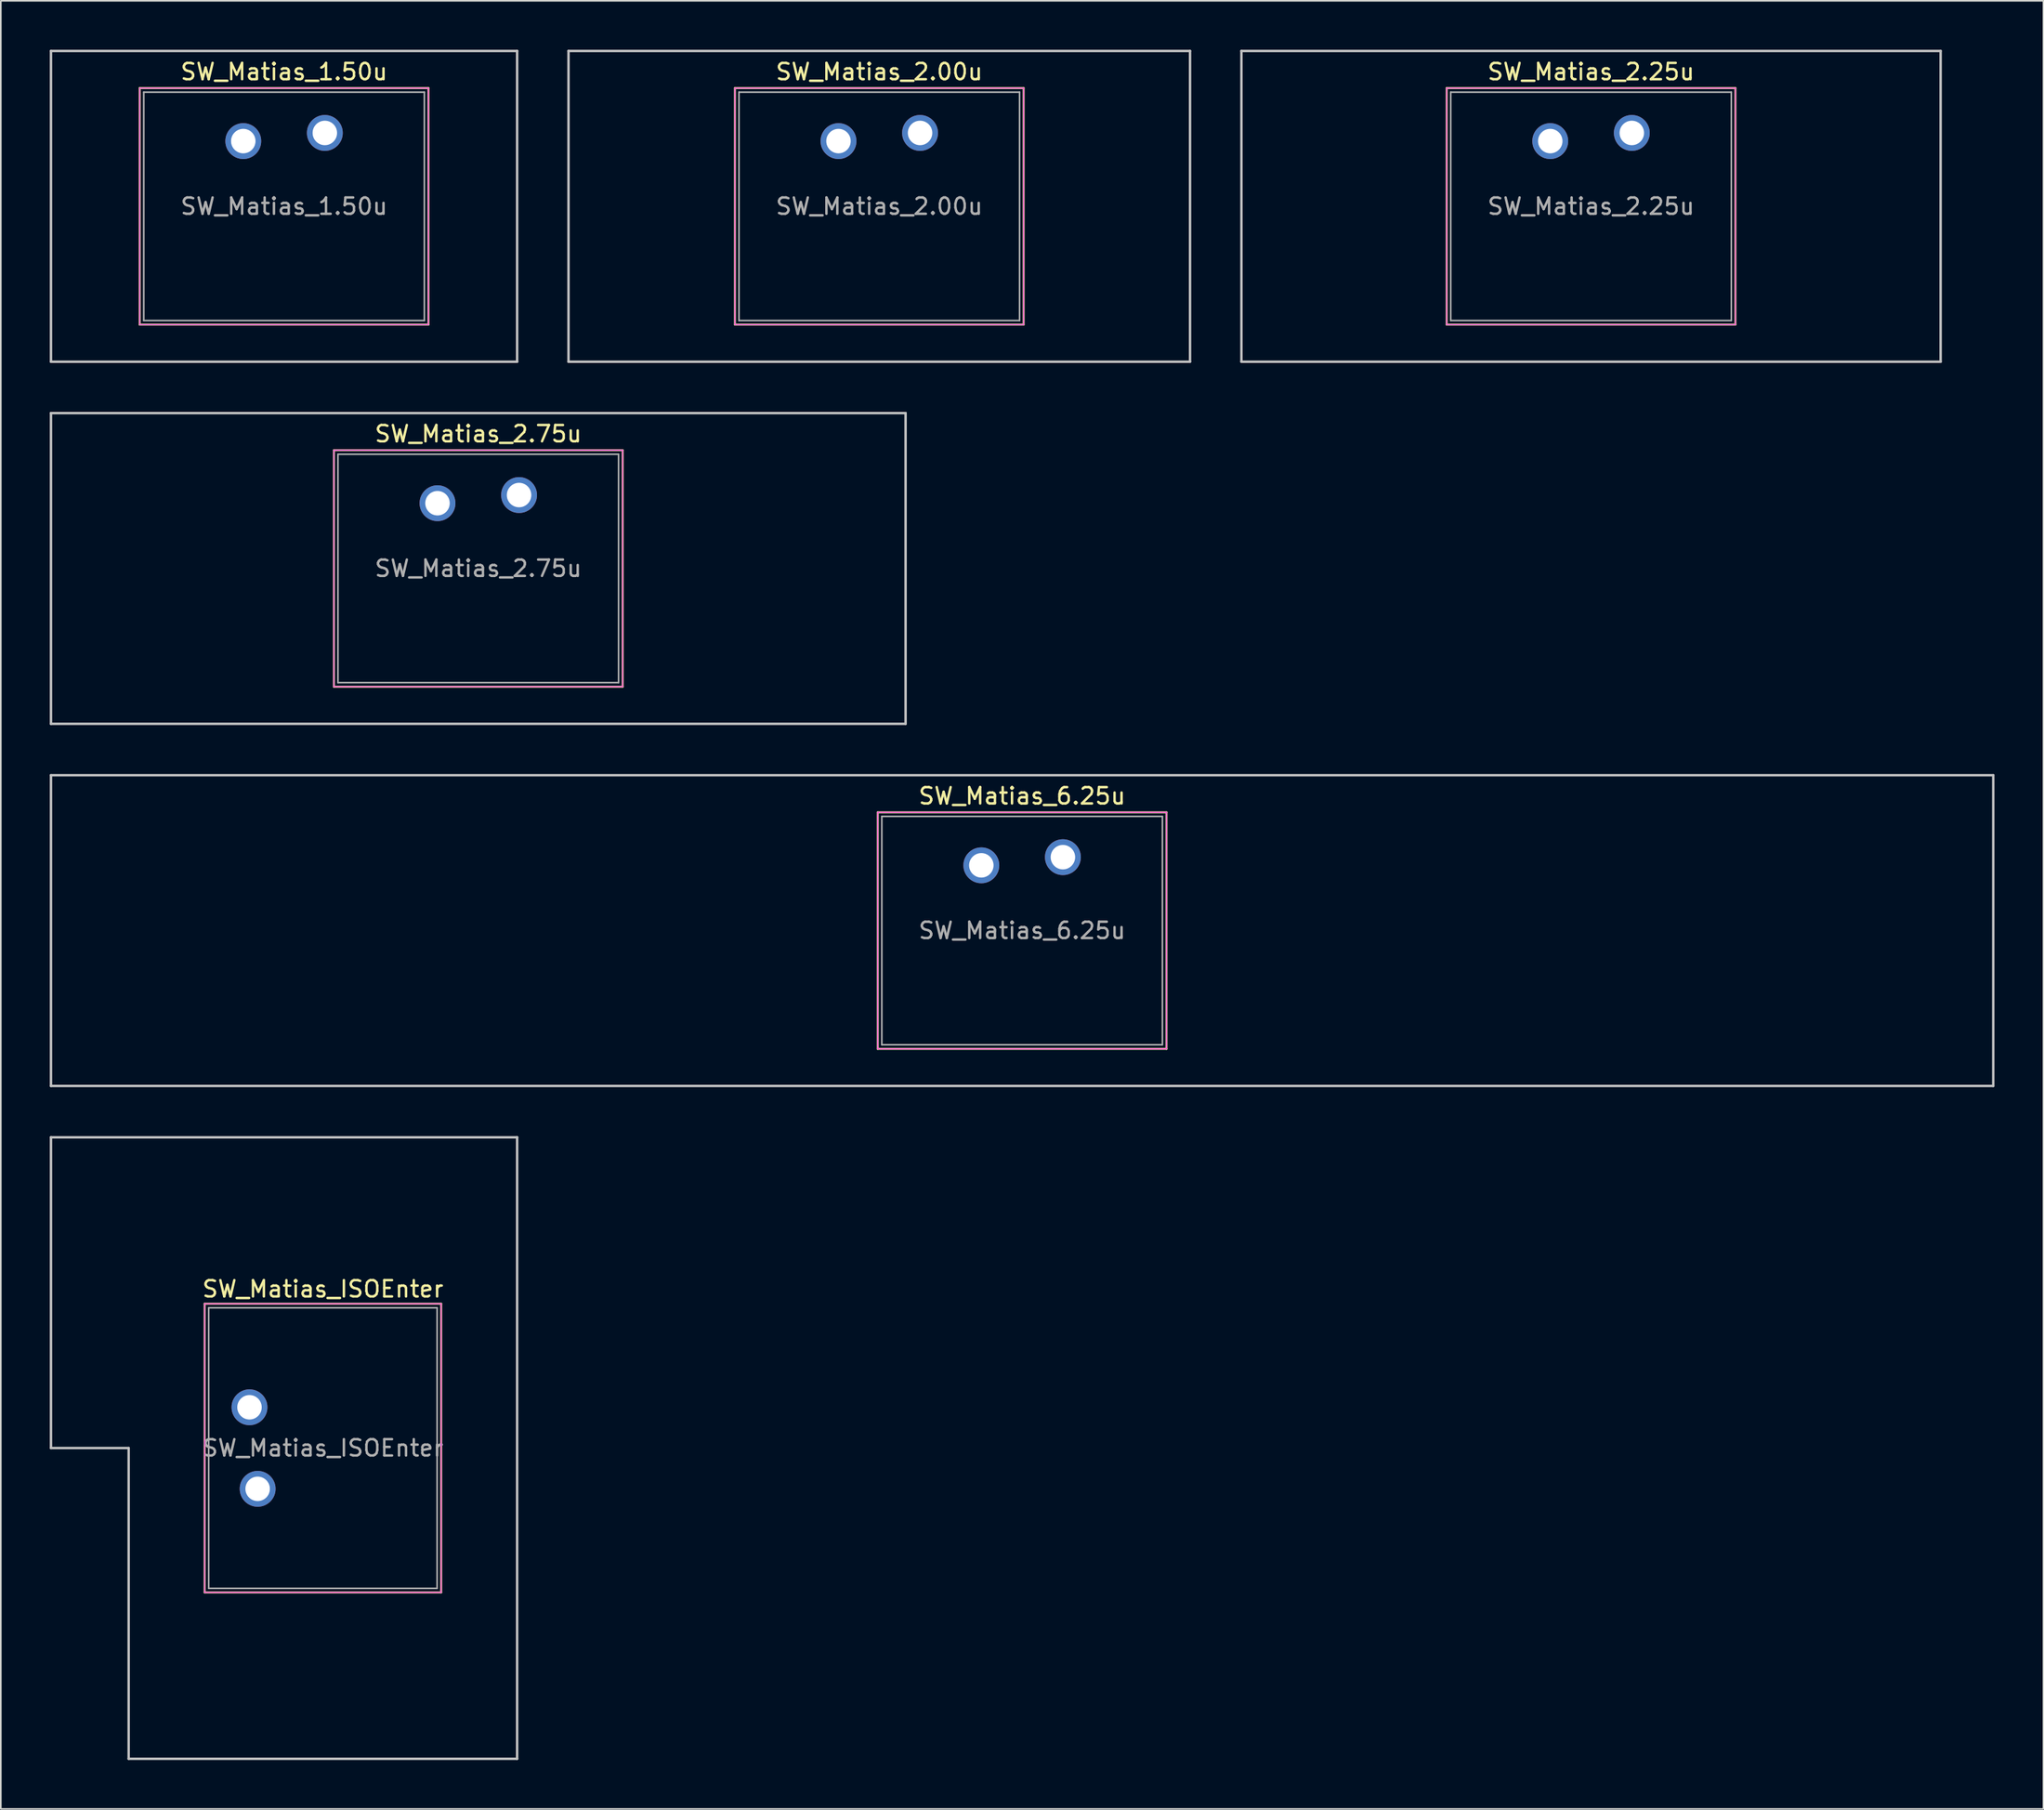
<source format=kicad_pcb>
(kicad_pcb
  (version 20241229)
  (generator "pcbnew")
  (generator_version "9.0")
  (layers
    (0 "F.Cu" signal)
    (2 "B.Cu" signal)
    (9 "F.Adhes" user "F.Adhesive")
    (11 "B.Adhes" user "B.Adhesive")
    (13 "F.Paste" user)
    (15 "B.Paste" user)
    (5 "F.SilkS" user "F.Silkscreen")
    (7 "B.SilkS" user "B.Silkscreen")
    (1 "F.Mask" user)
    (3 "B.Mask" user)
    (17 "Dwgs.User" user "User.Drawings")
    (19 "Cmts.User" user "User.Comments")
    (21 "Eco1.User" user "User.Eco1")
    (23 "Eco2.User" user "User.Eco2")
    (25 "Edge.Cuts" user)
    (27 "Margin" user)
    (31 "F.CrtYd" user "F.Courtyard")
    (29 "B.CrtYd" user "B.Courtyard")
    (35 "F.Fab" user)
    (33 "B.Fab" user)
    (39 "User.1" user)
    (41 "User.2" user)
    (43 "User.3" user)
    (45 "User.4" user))
  (footprint "SW_Matias_2.75u"
    (layer "F.Cu")
    (at 28.769 27.3)
    (property "Reference" "SW_Matias_2.75u" (at -2.5 -3.75 0) (layer "F.SilkS") (effects (font (size 1 1) (thickness 0.15))))
    (attr through_hole)
    (fp_line (start -11.35 -2.75) (end 6.35 -2.75) (stroke (width 0.12) (type solid)) (layer "F.SilkS"))
    (fp_line (start -11.35 11.75) (end -11.35 -2.75) (stroke (width 0.12) (type solid)) (layer "F.SilkS"))
    (fp_line (start 6.35 -2.75) (end 6.35 11.75) (stroke (width 0.12) (type solid)) (layer "F.SilkS"))
    (fp_line (start 6.35 11.75) (end -11.35 11.75) (stroke (width 0.12) (type solid)) (layer "F.SilkS"))
    (fp_line (start -28.694 -5.025) (end 23.694 -5.025) (stroke (width 0.15) (type solid)) (layer "Dwgs.User"))
    (fp_line (start -28.694 14.025) (end -28.694 -5.025) (stroke (width 0.15) (type solid)) (layer "Dwgs.User"))
    (fp_line (start 23.694 -5.025) (end 23.694 14.025) (stroke (width 0.15) (type solid)) (layer "Dwgs.User"))
    (fp_line (start 23.694 14.025) (end -28.694 14.025) (stroke (width 0.15) (type solid)) (layer "Dwgs.User"))
    (fp_line (start -11.35 -2.75) (end -11.35 11.75) (stroke (width 0.05) (type solid)) (layer "F.CrtYd"))
    (fp_line (start -11.35 -2.75) (end 6.35 -2.75) (stroke (width 0.05) (type solid)) (layer "F.CrtYd"))
    (fp_line (start -11.35 11.75) (end 6.35 11.75) (stroke (width 0.05) (type solid)) (layer "F.CrtYd"))
    (fp_line (start 6.35 11.75) (end 6.35 -2.75) (stroke (width 0.05) (type solid)) (layer "F.CrtYd"))
    (fp_line (start -11.1 -2.5) (end 6.1 -2.5) (stroke (width 0.1) (type solid)) (layer "F.Fab"))
    (fp_line (start -11.1 11.5) (end -11.1 -2.5) (stroke (width 0.1) (type solid)) (layer "F.Fab"))
    (fp_line (start 6.1 -2.5) (end 6.1 11.5) (stroke (width 0.1) (type solid)) (layer "F.Fab"))
    (fp_line (start 6.1 11.5) (end -11.1 11.5) (stroke (width 0.1) (type solid)) (layer "F.Fab"))
    (fp_text user "${REFERENCE}" (at -2.5 4.5 0) (layer "F.Fab") (effects (font (size 1 1) (thickness 0.15))))
    (pad "1" thru_hole circle (at 0 0) (size 2.2 2.2) (drill 1.5) (layers "*.Cu" "*.Mask"))
    (pad "2" thru_hole circle (at -5 0.5) (size 2.2 2.2) (drill 1.5) (layers "*.Cu" "*.Mask")))
  (footprint "SW_Matias_1.50u"
    (layer "F.Cu")
    (at 16.863 5.1)
    (property "Reference" "SW_Matias_1.50u" (at -2.5 -3.75 0) (layer "F.SilkS") (effects (font (size 1 1) (thickness 0.15))))
    (attr through_hole)
    (fp_line (start -11.35 -2.75) (end 6.35 -2.75) (stroke (width 0.12) (type solid)) (layer "F.SilkS"))
    (fp_line (start -11.35 11.75) (end -11.35 -2.75) (stroke (width 0.12) (type solid)) (layer "F.SilkS"))
    (fp_line (start 6.35 -2.75) (end 6.35 11.75) (stroke (width 0.12) (type solid)) (layer "F.SilkS"))
    (fp_line (start 6.35 11.75) (end -11.35 11.75) (stroke (width 0.12) (type solid)) (layer "F.SilkS"))
    (fp_line (start -16.788 -5.025) (end 11.787 -5.025) (stroke (width 0.15) (type solid)) (layer "Dwgs.User"))
    (fp_line (start -16.788 14.025) (end -16.788 -5.025) (stroke (width 0.15) (type solid)) (layer "Dwgs.User"))
    (fp_line (start 11.787 -5.025) (end 11.787 14.025) (stroke (width 0.15) (type solid)) (layer "Dwgs.User"))
    (fp_line (start 11.787 14.025) (end -16.788 14.025) (stroke (width 0.15) (type solid)) (layer "Dwgs.User"))
    (fp_line (start -11.35 -2.75) (end -11.35 11.75) (stroke (width 0.05) (type solid)) (layer "F.CrtYd"))
    (fp_line (start -11.35 -2.75) (end 6.35 -2.75) (stroke (width 0.05) (type solid)) (layer "F.CrtYd"))
    (fp_line (start -11.35 11.75) (end 6.35 11.75) (stroke (width 0.05) (type solid)) (layer "F.CrtYd"))
    (fp_line (start 6.35 11.75) (end 6.35 -2.75) (stroke (width 0.05) (type solid)) (layer "F.CrtYd"))
    (fp_line (start -11.1 -2.5) (end 6.1 -2.5) (stroke (width 0.1) (type solid)) (layer "F.Fab"))
    (fp_line (start -11.1 11.5) (end -11.1 -2.5) (stroke (width 0.1) (type solid)) (layer "F.Fab"))
    (fp_line (start 6.1 -2.5) (end 6.1 11.5) (stroke (width 0.1) (type solid)) (layer "F.Fab"))
    (fp_line (start 6.1 11.5) (end -11.1 11.5) (stroke (width 0.1) (type solid)) (layer "F.Fab"))
    (fp_text user "${REFERENCE}" (at -2.5 4.5 0) (layer "F.Fab") (effects (font (size 1 1) (thickness 0.15))))
    (pad "1" thru_hole circle (at 0 0) (size 2.2 2.2) (drill 1.5) (layers "*.Cu" "*.Mask"))
    (pad "2" thru_hole circle (at -5 0.5) (size 2.2 2.2) (drill 1.5) (layers "*.Cu" "*.Mask")))
  (footprint "SW_Matias_ISOEnter"
    (layer "F.Cu")
    (at 12.244 83.225)
    (property "Reference" "SW_Matias_ISOEnter" (at 4.5 -7.25 0) (layer "F.SilkS") (effects (font (size 1 1) (thickness 0.15))))
    (attr through_hole)
    (fp_line (start -2.75 -6.35) (end 11.75 -6.35) (stroke (width 0.12) (type solid)) (layer "F.SilkS"))
    (fp_line (start -2.75 11.35) (end -2.75 -6.35) (stroke (width 0.12) (type solid)) (layer "F.SilkS"))
    (fp_line (start 11.75 -6.35) (end 11.75 11.35) (stroke (width 0.12) (type solid)) (layer "F.SilkS"))
    (fp_line (start 11.75 11.35) (end -2.75 11.35) (stroke (width 0.12) (type solid)) (layer "F.SilkS"))
    (fp_line (start -12.169 -16.55) (end -12.169 2.5) (stroke (width 0.15) (type solid)) (layer "Dwgs.User"))
    (fp_line (start -12.169 -16.55) (end 16.406 -16.55) (stroke (width 0.15) (type solid)) (layer "Dwgs.User"))
    (fp_line (start -12.169 2.5) (end -7.406 2.5) (stroke (width 0.15) (type solid)) (layer "Dwgs.User"))
    (fp_line (start -7.406 21.55) (end -7.406 2.5) (stroke (width 0.15) (type solid)) (layer "Dwgs.User"))
    (fp_line (start 16.406 -16.55) (end 16.406 21.55) (stroke (width 0.15) (type solid)) (layer "Dwgs.User"))
    (fp_line (start 16.406 21.55) (end -7.406 21.55) (stroke (width 0.15) (type solid)) (layer "Dwgs.User"))
    (fp_line (start -2.75 11.35) (end -2.75 -6.35) (stroke (width 0.05) (type solid)) (layer "F.CrtYd"))
    (fp_line (start -2.75 11.35) (end 11.75 11.35) (stroke (width 0.05) (type solid)) (layer "F.CrtYd"))
    (fp_line (start 11.75 -6.35) (end -2.75 -6.35) (stroke (width 0.05) (type solid)) (layer "F.CrtYd"))
    (fp_line (start 11.75 11.35) (end 11.75 -6.35) (stroke (width 0.05) (type solid)) (layer "F.CrtYd"))
    (fp_line (start -2.5 -6.1) (end 11.5 -6.1) (stroke (width 0.1) (type solid)) (layer "F.Fab"))
    (fp_line (start -2.5 11.1) (end -2.5 -6.1) (stroke (width 0.1) (type solid)) (layer "F.Fab"))
    (fp_line (start 11.5 -6.1) (end 11.5 11.1) (stroke (width 0.1) (type solid)) (layer "F.Fab"))
    (fp_line (start 11.5 11.1) (end -2.5 11.1) (stroke (width 0.1) (type solid)) (layer "F.Fab"))
    (fp_text user "${REFERENCE}" (at 4.5 2.5 180) (layer "F.Fab") (effects (font (size 1 1) (thickness 0.15))))
    (pad "1" thru_hole circle (at 0 0) (size 2.2 2.2) (drill 1.5) (layers "*.Cu" "*.Mask"))
    (pad "2" thru_hole circle (at 0.5 5) (size 2.2 2.2) (drill 1.5) (layers "*.Cu" "*.Mask")))
  (footprint "SW_Matias_6.25u"
    (layer "F.Cu")
    (at 62.106 49.5)
    (property "Reference" "SW_Matias_6.25u" (at -2.5 -3.75 0) (layer "F.SilkS") (effects (font (size 1 1) (thickness 0.15))))
    (attr through_hole)
    (fp_line (start -11.35 -2.75) (end 6.35 -2.75) (stroke (width 0.12) (type solid)) (layer "F.SilkS"))
    (fp_line (start -11.35 11.75) (end -11.35 -2.75) (stroke (width 0.12) (type solid)) (layer "F.SilkS"))
    (fp_line (start 6.35 -2.75) (end 6.35 11.75) (stroke (width 0.12) (type solid)) (layer "F.SilkS"))
    (fp_line (start 6.35 11.75) (end -11.35 11.75) (stroke (width 0.12) (type solid)) (layer "F.SilkS"))
    (fp_line (start -62.031 -5.025) (end 57.031 -5.025) (stroke (width 0.15) (type solid)) (layer "Dwgs.User"))
    (fp_line (start -62.031 14.025) (end -62.031 -5.025) (stroke (width 0.15) (type solid)) (layer "Dwgs.User"))
    (fp_line (start 57.031 -5.025) (end 57.031 14.025) (stroke (width 0.15) (type solid)) (layer "Dwgs.User"))
    (fp_line (start 57.031 14.025) (end -62.031 14.025) (stroke (width 0.15) (type solid)) (layer "Dwgs.User"))
    (fp_line (start -11.35 -2.75) (end -11.35 11.75) (stroke (width 0.05) (type solid)) (layer "F.CrtYd"))
    (fp_line (start -11.35 -2.75) (end 6.35 -2.75) (stroke (width 0.05) (type solid)) (layer "F.CrtYd"))
    (fp_line (start -11.35 11.75) (end 6.35 11.75) (stroke (width 0.05) (type solid)) (layer "F.CrtYd"))
    (fp_line (start 6.35 11.75) (end 6.35 -2.75) (stroke (width 0.05) (type solid)) (layer "F.CrtYd"))
    (fp_line (start -11.1 -2.5) (end 6.1 -2.5) (stroke (width 0.1) (type solid)) (layer "F.Fab"))
    (fp_line (start -11.1 11.5) (end -11.1 -2.5) (stroke (width 0.1) (type solid)) (layer "F.Fab"))
    (fp_line (start 6.1 -2.5) (end 6.1 11.5) (stroke (width 0.1) (type solid)) (layer "F.Fab"))
    (fp_line (start 6.1 11.5) (end -11.1 11.5) (stroke (width 0.1) (type solid)) (layer "F.Fab"))
    (fp_text user "${REFERENCE}" (at -2.5 4.5 0) (layer "F.Fab") (effects (font (size 1 1) (thickness 0.15))))
    (pad "1" thru_hole circle (at 0 0) (size 2.2 2.2) (drill 1.5) (layers "*.Cu" "*.Mask"))
    (pad "2" thru_hole circle (at -5 0.5) (size 2.2 2.2) (drill 1.5) (layers "*.Cu" "*.Mask")))
  (footprint "SW_Matias_2.00u"
    (layer "F.Cu")
    (at 53.35 5.1)
    (property "Reference" "SW_Matias_2.00u" (at -2.5 -3.75 0) (layer "F.SilkS") (effects (font (size 1 1) (thickness 0.15))))
    (attr through_hole)
    (fp_line (start -11.35 -2.75) (end 6.35 -2.75) (stroke (width 0.12) (type solid)) (layer "F.SilkS"))
    (fp_line (start -11.35 11.75) (end -11.35 -2.75) (stroke (width 0.12) (type solid)) (layer "F.SilkS"))
    (fp_line (start 6.35 -2.75) (end 6.35 11.75) (stroke (width 0.12) (type solid)) (layer "F.SilkS"))
    (fp_line (start 6.35 11.75) (end -11.35 11.75) (stroke (width 0.12) (type solid)) (layer "F.SilkS"))
    (fp_line (start -21.55 -5.025) (end 16.55 -5.025) (stroke (width 0.15) (type solid)) (layer "Dwgs.User"))
    (fp_line (start -21.55 14.025) (end -21.55 -5.025) (stroke (width 0.15) (type solid)) (layer "Dwgs.User"))
    (fp_line (start 16.55 -5.025) (end 16.55 14.025) (stroke (width 0.15) (type solid)) (layer "Dwgs.User"))
    (fp_line (start 16.55 14.025) (end -21.55 14.025) (stroke (width 0.15) (type solid)) (layer "Dwgs.User"))
    (fp_line (start -11.35 -2.75) (end -11.35 11.75) (stroke (width 0.05) (type solid)) (layer "F.CrtYd"))
    (fp_line (start -11.35 -2.75) (end 6.35 -2.75) (stroke (width 0.05) (type solid)) (layer "F.CrtYd"))
    (fp_line (start -11.35 11.75) (end 6.35 11.75) (stroke (width 0.05) (type solid)) (layer "F.CrtYd"))
    (fp_line (start 6.35 11.75) (end 6.35 -2.75) (stroke (width 0.05) (type solid)) (layer "F.CrtYd"))
    (fp_line (start -11.1 -2.5) (end 6.1 -2.5) (stroke (width 0.1) (type solid)) (layer "F.Fab"))
    (fp_line (start -11.1 11.5) (end -11.1 -2.5) (stroke (width 0.1) (type solid)) (layer "F.Fab"))
    (fp_line (start 6.1 -2.5) (end 6.1 11.5) (stroke (width 0.1) (type solid)) (layer "F.Fab"))
    (fp_line (start 6.1 11.5) (end -11.1 11.5) (stroke (width 0.1) (type solid)) (layer "F.Fab"))
    (fp_text user "${REFERENCE}" (at -2.5 4.5 0) (layer "F.Fab") (effects (font (size 1 1) (thickness 0.15))))
    (pad "1" thru_hole circle (at 0 0) (size 2.2 2.2) (drill 1.5) (layers "*.Cu" "*.Mask"))
    (pad "2" thru_hole circle (at -5 0.5) (size 2.2 2.2) (drill 1.5) (layers "*.Cu" "*.Mask")))
  (footprint "SW_Matias_2.25u"
    (layer "F.Cu")
    (at 96.981 5.1)
    (property "Reference" "SW_Matias_2.25u" (at -2.5 -3.75 0) (layer "F.SilkS") (effects (font (size 1 1) (thickness 0.15))))
    (attr through_hole)
    (fp_line (start -11.35 -2.75) (end 6.35 -2.75) (stroke (width 0.12) (type solid)) (layer "F.SilkS"))
    (fp_line (start -11.35 11.75) (end -11.35 -2.75) (stroke (width 0.12) (type solid)) (layer "F.SilkS"))
    (fp_line (start 6.35 -2.75) (end 6.35 11.75) (stroke (width 0.12) (type solid)) (layer "F.SilkS"))
    (fp_line (start 6.35 11.75) (end -11.35 11.75) (stroke (width 0.12) (type solid)) (layer "F.SilkS"))
    (fp_line (start -23.931 -5.025) (end 18.931 -5.025) (stroke (width 0.15) (type solid)) (layer "Dwgs.User"))
    (fp_line (start -23.931 14.025) (end -23.931 -5.025) (stroke (width 0.15) (type solid)) (layer "Dwgs.User"))
    (fp_line (start 18.931 -5.025) (end 18.931 14.025) (stroke (width 0.15) (type solid)) (layer "Dwgs.User"))
    (fp_line (start 18.931 14.025) (end -23.931 14.025) (stroke (width 0.15) (type solid)) (layer "Dwgs.User"))
    (fp_line (start -11.35 -2.75) (end -11.35 11.75) (stroke (width 0.05) (type solid)) (layer "F.CrtYd"))
    (fp_line (start -11.35 -2.75) (end 6.35 -2.75) (stroke (width 0.05) (type solid)) (layer "F.CrtYd"))
    (fp_line (start -11.35 11.75) (end 6.35 11.75) (stroke (width 0.05) (type solid)) (layer "F.CrtYd"))
    (fp_line (start 6.35 11.75) (end 6.35 -2.75) (stroke (width 0.05) (type solid)) (layer "F.CrtYd"))
    (fp_line (start -11.1 -2.5) (end 6.1 -2.5) (stroke (width 0.1) (type solid)) (layer "F.Fab"))
    (fp_line (start -11.1 11.5) (end -11.1 -2.5) (stroke (width 0.1) (type solid)) (layer "F.Fab"))
    (fp_line (start 6.1 -2.5) (end 6.1 11.5) (stroke (width 0.1) (type solid)) (layer "F.Fab"))
    (fp_line (start 6.1 11.5) (end -11.1 11.5) (stroke (width 0.1) (type solid)) (layer "F.Fab"))
    (fp_text user "${REFERENCE}" (at -2.5 4.5 0) (layer "F.Fab") (effects (font (size 1 1) (thickness 0.15))))
    (pad "1" thru_hole circle (at 0 0) (size 2.2 2.2) (drill 1.5) (layers "*.Cu" "*.Mask"))
    (pad "2" thru_hole circle (at -5 0.5) (size 2.2 2.2) (drill 1.5) (layers "*.Cu" "*.Mask")))
  (gr_rect
    (start -3 -3)
    (end 122.213 107.85)
    (stroke (width 0.1) (type default))
    (fill no)
    (layer "Edge.Cuts")))
</source>
